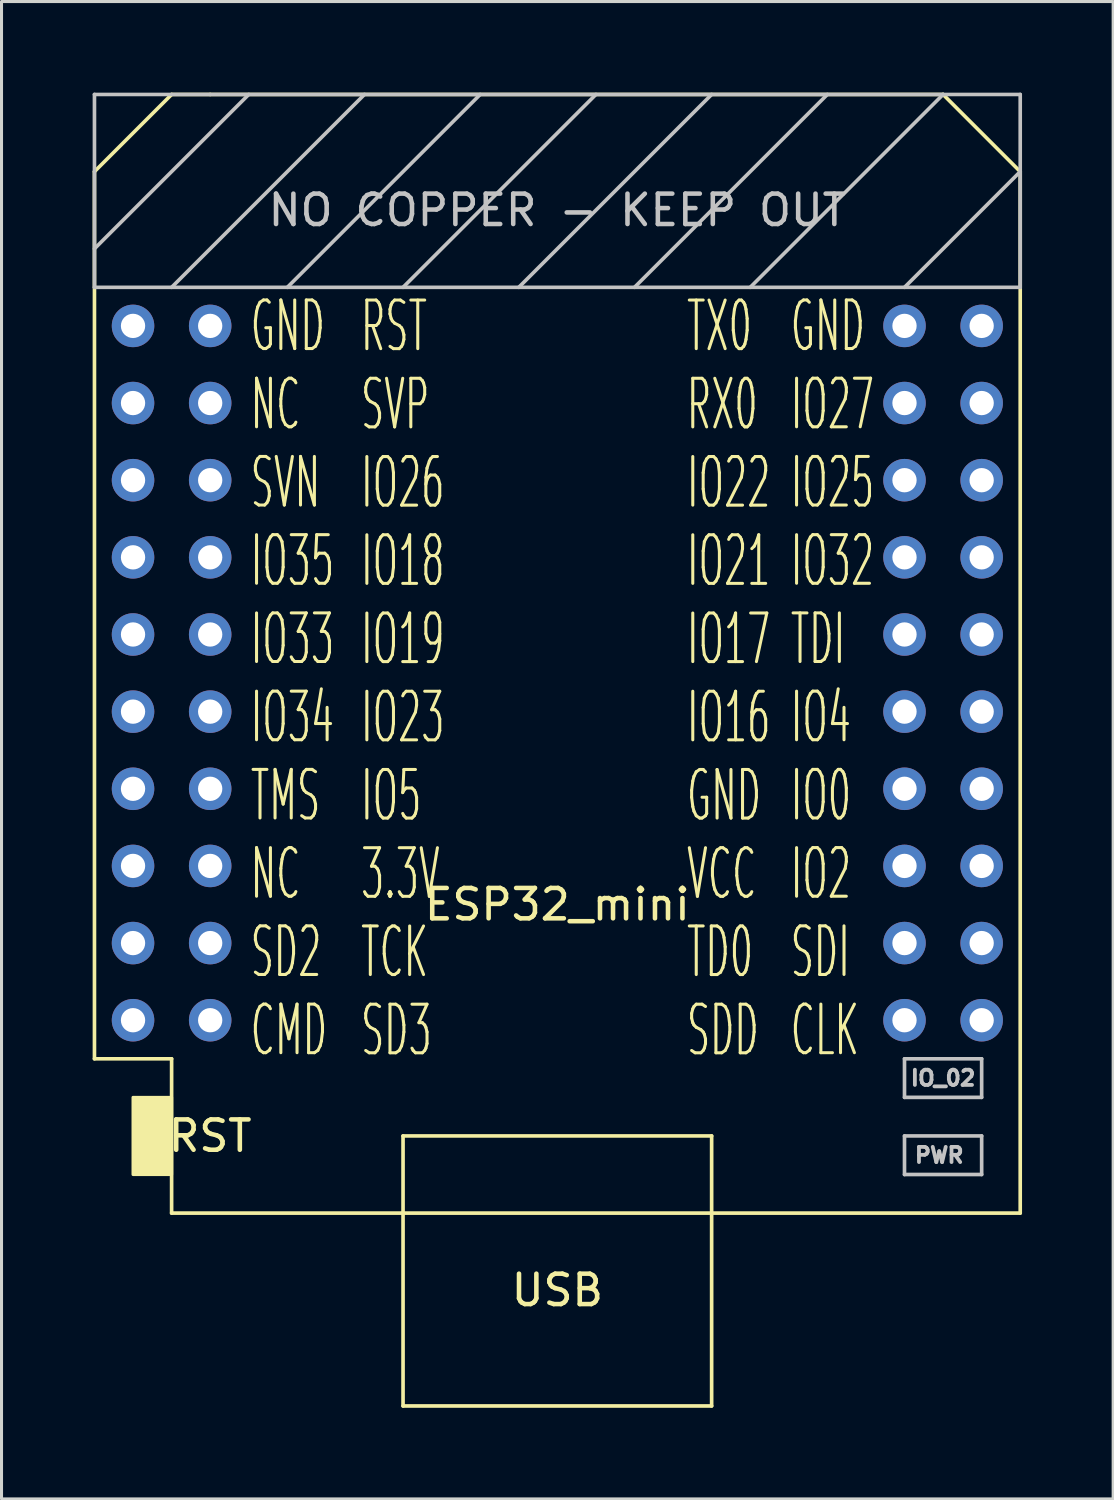
<source format=kicad_pcb>
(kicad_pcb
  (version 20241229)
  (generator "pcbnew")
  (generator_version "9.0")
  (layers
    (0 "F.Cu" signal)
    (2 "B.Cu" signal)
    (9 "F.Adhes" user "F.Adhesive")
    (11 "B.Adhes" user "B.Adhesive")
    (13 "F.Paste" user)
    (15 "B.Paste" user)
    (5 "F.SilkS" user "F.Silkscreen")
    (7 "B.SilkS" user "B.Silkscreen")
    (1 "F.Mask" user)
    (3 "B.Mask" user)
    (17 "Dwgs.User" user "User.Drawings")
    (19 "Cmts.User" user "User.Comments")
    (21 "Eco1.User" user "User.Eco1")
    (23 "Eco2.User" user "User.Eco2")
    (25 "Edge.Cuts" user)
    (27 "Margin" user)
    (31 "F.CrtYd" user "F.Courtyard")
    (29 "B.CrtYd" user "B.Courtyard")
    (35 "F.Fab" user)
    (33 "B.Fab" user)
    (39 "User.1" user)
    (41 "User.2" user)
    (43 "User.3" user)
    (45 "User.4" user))
  (footprint "ESP32_mini"
    (layer "F.Cu")
    (at 15.3 19.11)
    (property "Reference" "ESP32_mini" (at 0 7.62 0) (layer "F.SilkS") (effects (font (size 1 1) (thickness 0.15))))
    (attr through_hole)
    (fp_line (start -15.24 -16.51) (end -15.24 12.7) (stroke (width 0.12) (type solid)) (layer "F.SilkS"))
    (fp_line (start -15.24 12.7) (end -12.7 12.7) (stroke (width 0.12) (type solid)) (layer "F.SilkS"))
    (fp_line (start -12.7 -19.05) (end -15.24 -16.51) (stroke (width 0.12) (type solid)) (layer "F.SilkS"))
    (fp_line (start -12.7 -19.05) (end -11.43 -19.05) (stroke (width 0.12) (type solid)) (layer "F.SilkS"))
    (fp_line (start -12.7 12.7) (end -12.7 17.78) (stroke (width 0.12) (type solid)) (layer "F.SilkS"))
    (fp_line (start -12.7 17.78) (end 15.24 17.78) (stroke (width 0.12) (type solid)) (layer "F.SilkS"))
    (fp_line (start -5.08 15.24) (end 5.08 15.24) (stroke (width 0.12) (type solid)) (layer "F.SilkS"))
    (fp_line (start -5.08 17.78) (end -5.08 15.24) (stroke (width 0.12) (type solid)) (layer "F.SilkS"))
    (fp_line (start -5.08 17.78) (end -5.08 24.13) (stroke (width 0.12) (type solid)) (layer "F.SilkS"))
    (fp_line (start -5.08 24.13) (end 5.08 24.13) (stroke (width 0.12) (type solid)) (layer "F.SilkS"))
    (fp_line (start 5.08 15.24) (end 5.08 17.78) (stroke (width 0.12) (type solid)) (layer "F.SilkS"))
    (fp_line (start 5.08 24.13) (end 5.08 17.78) (stroke (width 0.12) (type solid)) (layer "F.SilkS"))
    (fp_line (start 12.7 -19.05) (end -11.43 -19.05) (stroke (width 0.12) (type solid)) (layer "F.SilkS"))
    (fp_line (start 12.7 -19.05) (end 15.24 -16.51) (stroke (width 0.12) (type solid)) (layer "F.SilkS"))
    (fp_line (start 15.24 -16.51) (end 15.24 17.78) (stroke (width 0.12) (type solid)) (layer "F.SilkS"))
    (fp_poly (pts (xy -13.97 16.51) (xy -13.97 13.97) (xy -12.7 13.97) (xy -12.7 16.51)) (stroke (width 0.1) (type solid)) (fill yes) (layer "F.SilkS"))
    (fp_line (start -15.24 -19.05) (end -15.24 -12.7) (stroke (width 0.12) (type solid)) (layer "Dwgs.User"))
    (fp_line (start -15.24 -12.7) (end 15.24 -12.7) (stroke (width 0.12) (type solid)) (layer "Dwgs.User"))
    (fp_line (start -10.16 -19.05) (end -15.24 -13.97) (stroke (width 0.12) (type solid)) (layer "Dwgs.User"))
    (fp_line (start -6.35 -19.05) (end -12.7 -12.7) (stroke (width 0.12) (type solid)) (layer "Dwgs.User"))
    (fp_line (start -2.54 -19.05) (end -8.89 -12.7) (stroke (width 0.12) (type solid)) (layer "Dwgs.User"))
    (fp_line (start 1.27 -19.05) (end -5.08 -12.7) (stroke (width 0.12) (type solid)) (layer "Dwgs.User"))
    (fp_line (start 5.08 -19.05) (end -1.27 -12.7) (stroke (width 0.12) (type solid)) (layer "Dwgs.User"))
    (fp_line (start 8.89 -19.05) (end 2.54 -12.7) (stroke (width 0.12) (type solid)) (layer "Dwgs.User"))
    (fp_line (start 11.43 12.7) (end 11.43 13.97) (stroke (width 0.12) (type solid)) (layer "Dwgs.User"))
    (fp_line (start 11.43 13.97) (end 13.97 13.97) (stroke (width 0.12) (type solid)) (layer "Dwgs.User"))
    (fp_line (start 11.43 15.24) (end 13.97 15.24) (stroke (width 0.12) (type solid)) (layer "Dwgs.User"))
    (fp_line (start 11.43 16.51) (end 11.43 15.24) (stroke (width 0.12) (type solid)) (layer "Dwgs.User"))
    (fp_line (start 12.7 -19.05) (end 6.35 -12.7) (stroke (width 0.12) (type solid)) (layer "Dwgs.User"))
    (fp_line (start 13.97 12.7) (end 11.43 12.7) (stroke (width 0.12) (type solid)) (layer "Dwgs.User"))
    (fp_line (start 13.97 13.97) (end 13.97 12.7) (stroke (width 0.12) (type solid)) (layer "Dwgs.User"))
    (fp_line (start 13.97 15.24) (end 13.97 16.51) (stroke (width 0.12) (type solid)) (layer "Dwgs.User"))
    (fp_line (start 13.97 16.51) (end 11.43 16.51) (stroke (width 0.12) (type solid)) (layer "Dwgs.User"))
    (fp_line (start 15.24 -19.05) (end -15.24 -19.05) (stroke (width 0.12) (type solid)) (layer "Dwgs.User"))
    (fp_line (start 15.24 -16.51) (end 11.43 -12.7) (stroke (width 0.12) (type solid)) (layer "Dwgs.User"))
    (fp_line (start 15.24 -12.7) (end 15.24 -19.05) (stroke (width 0.12) (type solid)) (layer "Dwgs.User"))
    (fp_text user "GND\nIO27\nIO25\nIO32\nTDI\nIO4\nIO0\nIO2\nSDI\nCLK" (at 7.62 12.7 0) (unlocked yes) (layer "F.SilkS") (effects (font (size 1.6 0.8) (thickness 0.1)) (justify left bottom)))
    (fp_text user "GND\nNC\nSVN\nIO35\nIO33\nIO34\nTMS\nNC\nSD2\nCMD" (at -10.16 12.7 0) (unlocked yes) (layer "F.SilkS") (effects (font (size 1.6 0.8) (thickness 0.1)) (justify left bottom)))
    (fp_text user "TX0\nRX0\nIO22\nIO21\nIO17\nIO16\nGND\nVCC\nTD0\nSDD" (at 4.203 12.703 0) (unlocked yes) (layer "F.SilkS") (effects (font (size 1.6 0.8) (thickness 0.1)) (justify left bottom)))
    (fp_text user "RST\nSVP\nIO26\nIO18\nIO19\nIO23\nIO5\n3.3V\nTCK\nSD3" (at -6.528 12.703 0) (unlocked yes) (layer "F.SilkS") (effects (font (size 1.6 0.8) (thickness 0.1)) (justify left bottom)))
    (fp_text user "USB" (at 0 20.32 0) (layer "F.SilkS") (effects (font (size 1 1) (thickness 0.15))))
    (fp_text user "RST" (at -11.43 15.24 0) (layer "F.SilkS") (effects (font (size 1 1) (thickness 0.15))))
    (fp_text user "IO_02" (at 12.7 13.335 0) (layer "Dwgs.User") (effects (font (size 0.5 0.5) (thickness 0.125))))
    (fp_text user "PWR" (at 12.573 15.875 0) (layer "Dwgs.User") (effects (font (size 0.5 0.5) (thickness 0.125))))
    (fp_text user "NO COPPER - KEEP OUT" (at 0 -15.24 0) (layer "Dwgs.User") (effects (font (size 1 1) (thickness 0.15))))
    (pad "1" thru_hole circle (at -13.97 -11.43 270) (size 1.4 1.4) (drill 0.8) (layers "*.Cu" "*.Mask"))
    (pad "2" thru_hole circle (at -11.43 -11.43 270) (size 1.4 1.4) (drill 0.8) (layers "*.Cu" "*.Mask"))
    (pad "3" thru_hole circle (at -13.97 -8.89 270) (size 1.4 1.4) (drill 0.8) (layers "*.Cu" "*.Mask"))
    (pad "4" thru_hole circle (at -11.43 -8.89 270) (size 1.4 1.4) (drill 0.8) (layers "*.Cu" "*.Mask"))
    (pad "5" thru_hole circle (at -13.97 -6.35 270) (size 1.4 1.4) (drill 0.8) (layers "*.Cu" "*.Mask"))
    (pad "6" thru_hole circle (at -11.43 -6.35 270) (size 1.4 1.4) (drill 0.8) (layers "*.Cu" "*.Mask"))
    (pad "7" thru_hole circle (at -13.97 -3.81 270) (size 1.4 1.4) (drill 0.8) (layers "*.Cu" "*.Mask"))
    (pad "8" thru_hole circle (at -11.43 -3.81 270) (size 1.4 1.4) (drill 0.8) (layers "*.Cu" "*.Mask"))
    (pad "9" thru_hole circle (at -13.97 -1.27 270) (size 1.4 1.4) (drill 0.8) (layers "*.Cu" "*.Mask"))
    (pad "10" thru_hole circle (at -11.43 -1.27 270) (size 1.4 1.4) (drill 0.8) (layers "*.Cu" "*.Mask"))
    (pad "11" thru_hole circle (at -13.97 1.27 270) (size 1.4 1.4) (drill 0.8) (layers "*.Cu" "*.Mask"))
    (pad "12" thru_hole circle (at -11.43 1.27 270) (size 1.4 1.4) (drill 0.8) (layers "*.Cu" "*.Mask"))
    (pad "13" thru_hole circle (at -13.97 3.81 270) (size 1.4 1.4) (drill 0.8) (layers "*.Cu" "*.Mask"))
    (pad "14" thru_hole circle (at -11.43 3.81 270) (size 1.4 1.4) (drill 0.8) (layers "*.Cu" "*.Mask"))
    (pad "15" thru_hole circle (at -13.97 6.35 270) (size 1.4 1.4) (drill 0.8) (layers "*.Cu" "*.Mask"))
    (pad "16" thru_hole circle (at -11.43 6.35 270) (size 1.4 1.4) (drill 0.8) (layers "*.Cu" "*.Mask"))
    (pad "17" thru_hole circle (at -13.97 8.89 270) (size 1.4 1.4) (drill 0.8) (layers "*.Cu" "*.Mask"))
    (pad "18" thru_hole circle (at -11.43 8.89 270) (size 1.4 1.4) (drill 0.8) (layers "*.Cu" "*.Mask"))
    (pad "19" thru_hole circle (at -13.97 11.43 270) (size 1.4 1.4) (drill 0.8) (layers "*.Cu" "*.Mask"))
    (pad "20" thru_hole circle (at -11.43 11.43 270) (size 1.4 1.4) (drill 0.8) (layers "*.Cu" "*.Mask"))
    (pad "21" thru_hole circle (at 11.43 -11.43 270) (size 1.4 1.4) (drill 0.8) (layers "*.Cu" "*.Mask"))
    (pad "22" thru_hole circle (at 13.97 -11.43 270) (size 1.4 1.4) (drill 0.8) (layers "*.Cu" "*.Mask"))
    (pad "23" thru_hole circle (at 11.43 -8.89 270) (size 1.4 1.4) (drill 0.8) (layers "*.Cu" "*.Mask"))
    (pad "24" thru_hole circle (at 13.97 -8.89 270) (size 1.4 1.4) (drill 0.8) (layers "*.Cu" "*.Mask"))
    (pad "25" thru_hole circle (at 11.43 -6.35 270) (size 1.4 1.4) (drill 0.8) (layers "*.Cu" "*.Mask"))
    (pad "26" thru_hole circle (at 13.97 -6.35 270) (size 1.4 1.4) (drill 0.8) (layers "*.Cu" "*.Mask"))
    (pad "27" thru_hole circle (at 11.43 -3.81 270) (size 1.4 1.4) (drill 0.8) (layers "*.Cu" "*.Mask"))
    (pad "28" thru_hole circle (at 13.97 -3.81 270) (size 1.4 1.4) (drill 0.8) (layers "*.Cu" "*.Mask"))
    (pad "29" thru_hole circle (at 11.43 -1.27 270) (size 1.4 1.4) (drill 0.8) (layers "*.Cu" "*.Mask"))
    (pad "30" thru_hole circle (at 13.97 -1.27 270) (size 1.4 1.4) (drill 0.8) (layers "*.Cu" "*.Mask"))
    (pad "31" thru_hole circle (at 11.43 1.27 270) (size 1.4 1.4) (drill 0.8) (layers "*.Cu" "*.Mask"))
    (pad "32" thru_hole circle (at 13.97 1.27 270) (size 1.4 1.4) (drill 0.8) (layers "*.Cu" "*.Mask"))
    (pad "33" thru_hole circle (at 11.43 3.81 270) (size 1.4 1.4) (drill 0.8) (layers "*.Cu" "*.Mask"))
    (pad "34" thru_hole circle (at 13.97 3.81 270) (size 1.4 1.4) (drill 0.8) (layers "*.Cu" "*.Mask"))
    (pad "35" thru_hole circle (at 11.43 6.35 270) (size 1.4 1.4) (drill 0.8) (layers "*.Cu" "*.Mask"))
    (pad "36" thru_hole circle (at 13.97 6.35 270) (size 1.4 1.4) (drill 0.8) (layers "*.Cu" "*.Mask"))
    (pad "37" thru_hole circle (at 11.43 8.89 270) (size 1.4 1.4) (drill 0.8) (layers "*.Cu" "*.Mask"))
    (pad "38" thru_hole circle (at 13.97 8.89 270) (size 1.4 1.4) (drill 0.8) (layers "*.Cu" "*.Mask"))
    (pad "39" thru_hole circle (at 11.43 11.43 270) (size 1.4 1.4) (drill 0.8) (layers "*.Cu" "*.Mask"))
    (pad "40" thru_hole circle (at 13.97 11.43 270) (size 1.4 1.4) (drill 0.8) (layers "*.Cu" "*.Mask")))
  (gr_rect
    (start -3 -3)
    (end 33.6 46.3)
    (stroke (width 0.1) (type default))
    (fill no)
    (layer "Edge.Cuts")))
</source>
